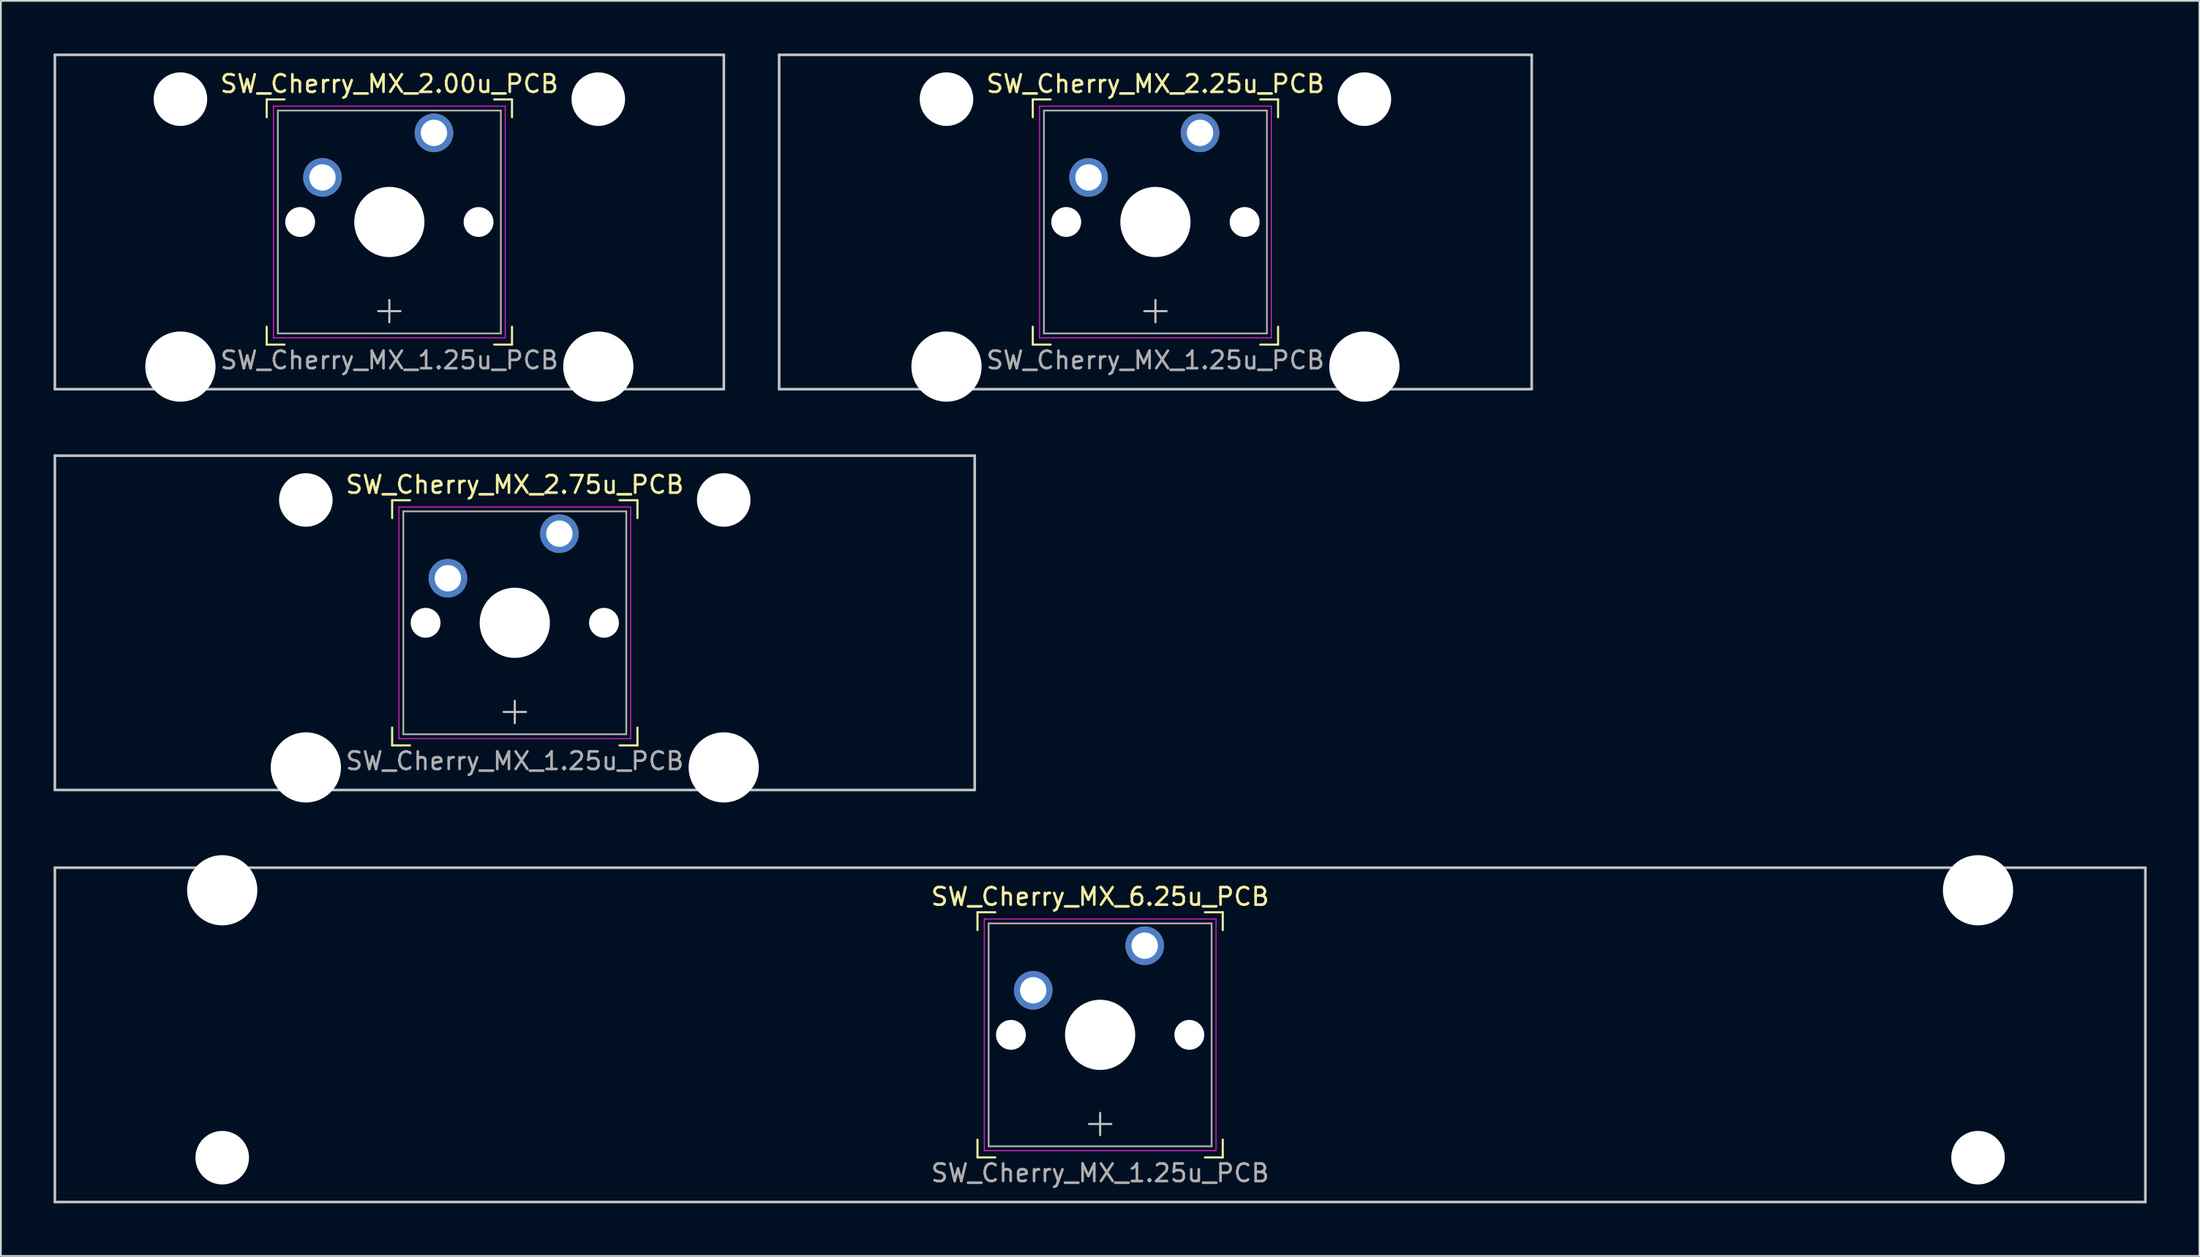
<source format=kicad_pcb>
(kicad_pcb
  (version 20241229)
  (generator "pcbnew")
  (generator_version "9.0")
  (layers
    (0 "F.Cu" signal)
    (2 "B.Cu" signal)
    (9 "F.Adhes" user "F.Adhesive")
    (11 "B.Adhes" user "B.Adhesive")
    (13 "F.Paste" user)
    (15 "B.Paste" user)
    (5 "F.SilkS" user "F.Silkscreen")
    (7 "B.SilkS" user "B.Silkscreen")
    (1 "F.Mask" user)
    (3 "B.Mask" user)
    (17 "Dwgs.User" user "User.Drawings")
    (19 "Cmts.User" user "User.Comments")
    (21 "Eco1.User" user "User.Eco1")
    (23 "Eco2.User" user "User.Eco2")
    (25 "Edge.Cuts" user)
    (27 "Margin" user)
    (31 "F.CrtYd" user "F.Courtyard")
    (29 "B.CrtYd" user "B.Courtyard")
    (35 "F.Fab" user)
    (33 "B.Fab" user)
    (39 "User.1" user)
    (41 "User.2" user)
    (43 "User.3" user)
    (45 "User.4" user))
  (footprint "SW_Cherry_MX_2.75u_PCB"
    (layer "F.Cu")
    (at 26.269 32.44)
    (property "Reference" "SW_Cherry_MX_2.75u_PCB" (at 0 -7.874 0) (layer "F.SilkS") (effects (font (size 1 1) (thickness 0.15))))
    (attr through_hole)
    (fp_line (start -6.985 -6.985) (end -5.969 -6.985) (stroke (width 0.12) (type solid)) (layer "F.SilkS"))
    (fp_line (start -6.985 -5.969) (end -6.985 -6.985) (stroke (width 0.12) (type solid)) (layer "F.SilkS"))
    (fp_line (start -6.985 6.985) (end -6.985 5.969) (stroke (width 0.12) (type solid)) (layer "F.SilkS"))
    (fp_line (start -5.969 6.985) (end -6.985 6.985) (stroke (width 0.12) (type solid)) (layer "F.SilkS"))
    (fp_line (start 5.969 -6.985) (end 6.985 -6.985) (stroke (width 0.12) (type solid)) (layer "F.SilkS"))
    (fp_line (start 6.985 -6.985) (end 6.985 -5.969) (stroke (width 0.12) (type solid)) (layer "F.SilkS"))
    (fp_line (start 6.985 5.969) (end 6.985 6.985) (stroke (width 0.12) (type solid)) (layer "F.SilkS"))
    (fp_line (start 6.985 6.985) (end 5.969 6.985) (stroke (width 0.12) (type solid)) (layer "F.SilkS"))
    (fp_line (start -26.194 -9.525) (end 26.194 -9.525) (stroke (width 0.15) (type solid)) (layer "Dwgs.User"))
    (fp_line (start -26.194 9.525) (end -26.194 -9.525) (stroke (width 0.15) (type solid)) (layer "Dwgs.User"))
    (fp_line (start -0.635 5.08) (end 0.635 5.08) (stroke (width 0.12) (type solid)) (layer "Dwgs.User"))
    (fp_line (start 0 4.445) (end 0 5.715) (stroke (width 0.12) (type solid)) (layer "Dwgs.User"))
    (fp_line (start 26.194 -9.525) (end 26.194 9.525) (stroke (width 0.15) (type solid)) (layer "Dwgs.User"))
    (fp_line (start 26.194 9.525) (end -26.194 9.525) (stroke (width 0.15) (type solid)) (layer "Dwgs.User"))
    (fp_line (start -6.6 -6.6) (end 6.6 -6.6) (stroke (width 0.05) (type solid)) (layer "F.CrtYd"))
    (fp_line (start -6.6 6.6) (end -6.6 -6.6) (stroke (width 0.05) (type solid)) (layer "F.CrtYd"))
    (fp_line (start 6.6 -6.6) (end 6.6 6.6) (stroke (width 0.05) (type solid)) (layer "F.CrtYd"))
    (fp_line (start 6.6 6.6) (end -6.6 6.6) (stroke (width 0.05) (type solid)) (layer "F.CrtYd"))
    (fp_line (start -6.35 -6.35) (end 6.35 -6.35) (stroke (width 0.1) (type solid)) (layer "F.Fab"))
    (fp_line (start -6.35 6.35) (end -6.35 -6.35) (stroke (width 0.1) (type solid)) (layer "F.Fab"))
    (fp_line (start 6.35 -6.35) (end 6.35 6.35) (stroke (width 0.1) (type solid)) (layer "F.Fab"))
    (fp_line (start 6.35 6.35) (end -6.35 6.35) (stroke (width 0.1) (type solid)) (layer "F.Fab"))
    (fp_text user "SW_Cherry_MX_1.25u_PCB" (at 0 7.874 0) (layer "F.Fab") (effects (font (size 1 1) (thickness 0.15))))
    (pad "" np_thru_hole circle (at -11.9 -7) (size 3.05 3.05) (drill 3.05) (layers "*.Cu" "*.Mask"))
    (pad "" np_thru_hole circle (at -11.9 8.24) (size 4 4) (drill 4) (layers "*.Cu" "*.Mask"))
    (pad "" np_thru_hole circle (at -5.08 0) (size 1.7 1.7) (drill 1.7) (layers "*.Cu" "*.Mask"))
    (pad "" np_thru_hole circle (at 0 0) (size 4 4) (drill 4) (layers "*.Cu" "*.Mask"))
    (pad "" np_thru_hole circle (at 5.08 0) (size 1.7 1.7) (drill 1.7) (layers "*.Cu" "*.Mask"))
    (pad "" np_thru_hole circle (at 11.9 -7) (size 3.05 3.05) (drill 3.05) (layers "*.Cu" "*.Mask"))
    (pad "" np_thru_hole circle (at 11.9 8.24) (size 4 4) (drill 4) (layers "*.Cu" "*.Mask"))
    (pad "1" thru_hole circle (at 2.54 -5.08) (size 2.2 2.2) (drill 1.5) (layers "*.Cu" "*.Mask"))
    (pad "2" thru_hole circle (at -3.81 -2.54) (size 2.2 2.2) (drill 1.5) (layers "*.Cu" "*.Mask")))
  (footprint "SW_Cherry_MX_2.25u_PCB"
    (layer "F.Cu")
    (at 62.756 9.6)
    (property "Reference" "SW_Cherry_MX_2.25u_PCB" (at 0 -7.874 0) (layer "F.SilkS") (effects (font (size 1 1) (thickness 0.15))))
    (attr through_hole)
    (fp_line (start -6.985 -6.985) (end -5.969 -6.985) (stroke (width 0.12) (type solid)) (layer "F.SilkS"))
    (fp_line (start -6.985 -5.969) (end -6.985 -6.985) (stroke (width 0.12) (type solid)) (layer "F.SilkS"))
    (fp_line (start -6.985 6.985) (end -6.985 5.969) (stroke (width 0.12) (type solid)) (layer "F.SilkS"))
    (fp_line (start -5.969 6.985) (end -6.985 6.985) (stroke (width 0.12) (type solid)) (layer "F.SilkS"))
    (fp_line (start 5.969 -6.985) (end 6.985 -6.985) (stroke (width 0.12) (type solid)) (layer "F.SilkS"))
    (fp_line (start 6.985 -6.985) (end 6.985 -5.969) (stroke (width 0.12) (type solid)) (layer "F.SilkS"))
    (fp_line (start 6.985 5.969) (end 6.985 6.985) (stroke (width 0.12) (type solid)) (layer "F.SilkS"))
    (fp_line (start 6.985 6.985) (end 5.969 6.985) (stroke (width 0.12) (type solid)) (layer "F.SilkS"))
    (fp_line (start -21.431 -9.525) (end 21.431 -9.525) (stroke (width 0.15) (type solid)) (layer "Dwgs.User"))
    (fp_line (start -21.431 9.525) (end -21.431 -9.525) (stroke (width 0.15) (type solid)) (layer "Dwgs.User"))
    (fp_line (start -0.635 5.08) (end 0.635 5.08) (stroke (width 0.12) (type solid)) (layer "Dwgs.User"))
    (fp_line (start 0 4.445) (end 0 5.715) (stroke (width 0.12) (type solid)) (layer "Dwgs.User"))
    (fp_line (start 21.431 -9.525) (end 21.431 9.525) (stroke (width 0.15) (type solid)) (layer "Dwgs.User"))
    (fp_line (start 21.431 9.525) (end -21.431 9.525) (stroke (width 0.15) (type solid)) (layer "Dwgs.User"))
    (fp_line (start -6.6 -6.6) (end 6.6 -6.6) (stroke (width 0.05) (type solid)) (layer "F.CrtYd"))
    (fp_line (start -6.6 6.6) (end -6.6 -6.6) (stroke (width 0.05) (type solid)) (layer "F.CrtYd"))
    (fp_line (start 6.6 -6.6) (end 6.6 6.6) (stroke (width 0.05) (type solid)) (layer "F.CrtYd"))
    (fp_line (start 6.6 6.6) (end -6.6 6.6) (stroke (width 0.05) (type solid)) (layer "F.CrtYd"))
    (fp_line (start -6.35 -6.35) (end 6.35 -6.35) (stroke (width 0.1) (type solid)) (layer "F.Fab"))
    (fp_line (start -6.35 6.35) (end -6.35 -6.35) (stroke (width 0.1) (type solid)) (layer "F.Fab"))
    (fp_line (start 6.35 -6.35) (end 6.35 6.35) (stroke (width 0.1) (type solid)) (layer "F.Fab"))
    (fp_line (start 6.35 6.35) (end -6.35 6.35) (stroke (width 0.1) (type solid)) (layer "F.Fab"))
    (fp_text user "SW_Cherry_MX_1.25u_PCB" (at 0 7.874 0) (layer "F.Fab") (effects (font (size 1 1) (thickness 0.15))))
    (pad "" np_thru_hole circle (at -11.9 -7) (size 3.05 3.05) (drill 3.05) (layers "*.Cu" "*.Mask"))
    (pad "" np_thru_hole circle (at -11.9 8.24) (size 4 4) (drill 4) (layers "*.Cu" "*.Mask"))
    (pad "" np_thru_hole circle (at -5.08 0) (size 1.7 1.7) (drill 1.7) (layers "*.Cu" "*.Mask"))
    (pad "" np_thru_hole circle (at 0 0) (size 4 4) (drill 4) (layers "*.Cu" "*.Mask"))
    (pad "" np_thru_hole circle (at 5.08 0) (size 1.7 1.7) (drill 1.7) (layers "*.Cu" "*.Mask"))
    (pad "" np_thru_hole circle (at 11.9 -7) (size 3.05 3.05) (drill 3.05) (layers "*.Cu" "*.Mask"))
    (pad "" np_thru_hole circle (at 11.9 8.24) (size 4 4) (drill 4) (layers "*.Cu" "*.Mask"))
    (pad "1" thru_hole circle (at 2.54 -5.08) (size 2.2 2.2) (drill 1.5) (layers "*.Cu" "*.Mask"))
    (pad "2" thru_hole circle (at -3.81 -2.54) (size 2.2 2.2) (drill 1.5) (layers "*.Cu" "*.Mask")))
  (footprint "SW_Cherry_MX_2.00u_PCB"
    (layer "F.Cu")
    (at 19.125 9.6)
    (property "Reference" "SW_Cherry_MX_2.00u_PCB" (at 0 -7.874 0) (layer "F.SilkS") (effects (font (size 1 1) (thickness 0.15))))
    (attr through_hole)
    (fp_line (start -6.985 -6.985) (end -5.969 -6.985) (stroke (width 0.12) (type solid)) (layer "F.SilkS"))
    (fp_line (start -6.985 -5.969) (end -6.985 -6.985) (stroke (width 0.12) (type solid)) (layer "F.SilkS"))
    (fp_line (start -6.985 6.985) (end -6.985 5.969) (stroke (width 0.12) (type solid)) (layer "F.SilkS"))
    (fp_line (start -5.969 6.985) (end -6.985 6.985) (stroke (width 0.12) (type solid)) (layer "F.SilkS"))
    (fp_line (start 5.969 -6.985) (end 6.985 -6.985) (stroke (width 0.12) (type solid)) (layer "F.SilkS"))
    (fp_line (start 6.985 -6.985) (end 6.985 -5.969) (stroke (width 0.12) (type solid)) (layer "F.SilkS"))
    (fp_line (start 6.985 5.969) (end 6.985 6.985) (stroke (width 0.12) (type solid)) (layer "F.SilkS"))
    (fp_line (start 6.985 6.985) (end 5.969 6.985) (stroke (width 0.12) (type solid)) (layer "F.SilkS"))
    (fp_line (start -19.05 -9.525) (end 19.05 -9.525) (stroke (width 0.15) (type solid)) (layer "Dwgs.User"))
    (fp_line (start -19.05 9.525) (end -19.05 -9.525) (stroke (width 0.15) (type solid)) (layer "Dwgs.User"))
    (fp_line (start -0.635 5.08) (end 0.635 5.08) (stroke (width 0.12) (type solid)) (layer "Dwgs.User"))
    (fp_line (start 0 4.445) (end 0 5.715) (stroke (width 0.12) (type solid)) (layer "Dwgs.User"))
    (fp_line (start 19.05 -9.525) (end 19.05 9.525) (stroke (width 0.15) (type solid)) (layer "Dwgs.User"))
    (fp_line (start 19.05 9.525) (end -19.05 9.525) (stroke (width 0.15) (type solid)) (layer "Dwgs.User"))
    (fp_line (start -6.6 -6.6) (end 6.6 -6.6) (stroke (width 0.05) (type solid)) (layer "F.CrtYd"))
    (fp_line (start -6.6 6.6) (end -6.6 -6.6) (stroke (width 0.05) (type solid)) (layer "F.CrtYd"))
    (fp_line (start 6.6 -6.6) (end 6.6 6.6) (stroke (width 0.05) (type solid)) (layer "F.CrtYd"))
    (fp_line (start 6.6 6.6) (end -6.6 6.6) (stroke (width 0.05) (type solid)) (layer "F.CrtYd"))
    (fp_line (start -6.35 -6.35) (end 6.35 -6.35) (stroke (width 0.1) (type solid)) (layer "F.Fab"))
    (fp_line (start -6.35 6.35) (end -6.35 -6.35) (stroke (width 0.1) (type solid)) (layer "F.Fab"))
    (fp_line (start 6.35 -6.35) (end 6.35 6.35) (stroke (width 0.1) (type solid)) (layer "F.Fab"))
    (fp_line (start 6.35 6.35) (end -6.35 6.35) (stroke (width 0.1) (type solid)) (layer "F.Fab"))
    (fp_text user "SW_Cherry_MX_1.25u_PCB" (at 0 7.874 0) (layer "F.Fab") (effects (font (size 1 1) (thickness 0.15))))
    (pad "" np_thru_hole circle (at -11.9 -7) (size 3.05 3.05) (drill 3.05) (layers "*.Cu" "*.Mask"))
    (pad "" np_thru_hole circle (at -11.9 8.24) (size 4 4) (drill 4) (layers "*.Cu" "*.Mask"))
    (pad "" np_thru_hole circle (at -5.08 0) (size 1.7 1.7) (drill 1.7) (layers "*.Cu" "*.Mask"))
    (pad "" np_thru_hole circle (at 0 0) (size 4 4) (drill 4) (layers "*.Cu" "*.Mask"))
    (pad "" np_thru_hole circle (at 5.08 0) (size 1.7 1.7) (drill 1.7) (layers "*.Cu" "*.Mask"))
    (pad "" np_thru_hole circle (at 11.9 -7) (size 3.05 3.05) (drill 3.05) (layers "*.Cu" "*.Mask"))
    (pad "" np_thru_hole circle (at 11.9 8.24) (size 4 4) (drill 4) (layers "*.Cu" "*.Mask"))
    (pad "1" thru_hole circle (at 2.54 -5.08) (size 2.2 2.2) (drill 1.5) (layers "*.Cu" "*.Mask"))
    (pad "2" thru_hole circle (at -3.81 -2.54) (size 2.2 2.2) (drill 1.5) (layers "*.Cu" "*.Mask")))
  (footprint "SW_Cherry_MX_6.25u_PCB"
    (layer "F.Cu")
    (at 59.606 55.92)
    (property "Reference" "SW_Cherry_MX_6.25u_PCB" (at 0 -7.874 0) (layer "F.SilkS") (effects (font (size 1 1) (thickness 0.15))))
    (attr through_hole)
    (fp_line (start -6.985 -6.985) (end -5.969 -6.985) (stroke (width 0.12) (type solid)) (layer "F.SilkS"))
    (fp_line (start -6.985 -5.969) (end -6.985 -6.985) (stroke (width 0.12) (type solid)) (layer "F.SilkS"))
    (fp_line (start -6.985 6.985) (end -6.985 5.969) (stroke (width 0.12) (type solid)) (layer "F.SilkS"))
    (fp_line (start -5.969 6.985) (end -6.985 6.985) (stroke (width 0.12) (type solid)) (layer "F.SilkS"))
    (fp_line (start 5.969 -6.985) (end 6.985 -6.985) (stroke (width 0.12) (type solid)) (layer "F.SilkS"))
    (fp_line (start 6.985 -6.985) (end 6.985 -5.969) (stroke (width 0.12) (type solid)) (layer "F.SilkS"))
    (fp_line (start 6.985 5.969) (end 6.985 6.985) (stroke (width 0.12) (type solid)) (layer "F.SilkS"))
    (fp_line (start 6.985 6.985) (end 5.969 6.985) (stroke (width 0.12) (type solid)) (layer "F.SilkS"))
    (fp_line (start -59.531 -9.525) (end 59.531 -9.525) (stroke (width 0.15) (type solid)) (layer "Dwgs.User"))
    (fp_line (start -59.531 9.525) (end -59.531 -9.525) (stroke (width 0.15) (type solid)) (layer "Dwgs.User"))
    (fp_line (start -0.635 5.08) (end 0.635 5.08) (stroke (width 0.12) (type solid)) (layer "Dwgs.User"))
    (fp_line (start 0 4.445) (end 0 5.715) (stroke (width 0.12) (type solid)) (layer "Dwgs.User"))
    (fp_line (start 59.531 -9.525) (end 59.531 9.525) (stroke (width 0.15) (type solid)) (layer "Dwgs.User"))
    (fp_line (start 59.531 9.525) (end -59.531 9.525) (stroke (width 0.15) (type solid)) (layer "Dwgs.User"))
    (fp_line (start -6.6 -6.6) (end 6.6 -6.6) (stroke (width 0.05) (type solid)) (layer "F.CrtYd"))
    (fp_line (start -6.6 6.6) (end -6.6 -6.6) (stroke (width 0.05) (type solid)) (layer "F.CrtYd"))
    (fp_line (start 6.6 -6.6) (end 6.6 6.6) (stroke (width 0.05) (type solid)) (layer "F.CrtYd"))
    (fp_line (start 6.6 6.6) (end -6.6 6.6) (stroke (width 0.05) (type solid)) (layer "F.CrtYd"))
    (fp_line (start -6.35 -6.35) (end 6.35 -6.35) (stroke (width 0.1) (type solid)) (layer "F.Fab"))
    (fp_line (start -6.35 6.35) (end -6.35 -6.35) (stroke (width 0.1) (type solid)) (layer "F.Fab"))
    (fp_line (start 6.35 -6.35) (end 6.35 6.35) (stroke (width 0.1) (type solid)) (layer "F.Fab"))
    (fp_line (start 6.35 6.35) (end -6.35 6.35) (stroke (width 0.1) (type solid)) (layer "F.Fab"))
    (fp_text user "SW_Cherry_MX_1.25u_PCB" (at 0 7.874 0) (layer "F.Fab") (effects (font (size 1 1) (thickness 0.15))))
    (pad "" np_thru_hole circle (at -50 -8.24 180) (size 4 4) (drill 4) (layers "*.Cu" "*.Mask"))
    (pad "" np_thru_hole circle (at -50 7 180) (size 3.05 3.05) (drill 3.05) (layers "*.Cu" "*.Mask"))
    (pad "" np_thru_hole circle (at -5.08 0) (size 1.7 1.7) (drill 1.7) (layers "*.Cu" "*.Mask"))
    (pad "" np_thru_hole circle (at 0 0) (size 4 4) (drill 4) (layers "*.Cu" "*.Mask"))
    (pad "" np_thru_hole circle (at 5.08 0) (size 1.7 1.7) (drill 1.7) (layers "*.Cu" "*.Mask"))
    (pad "" np_thru_hole circle (at 50 -8.24 180) (size 4 4) (drill 4) (layers "*.Cu" "*.Mask"))
    (pad "" np_thru_hole circle (at 50 7 180) (size 3.05 3.05) (drill 3.05) (layers "*.Cu" "*.Mask"))
    (pad "1" thru_hole circle (at 2.54 -5.08) (size 2.2 2.2) (drill 1.5) (layers "*.Cu" "*.Mask"))
    (pad "2" thru_hole circle (at -3.81 -2.54) (size 2.2 2.2) (drill 1.5) (layers "*.Cu" "*.Mask")))
  (gr_rect
    (start -3 -3)
    (end 122.213 68.52)
    (stroke (width 0.1) (type default))
    (fill no)
    (layer "Edge.Cuts")))
</source>
